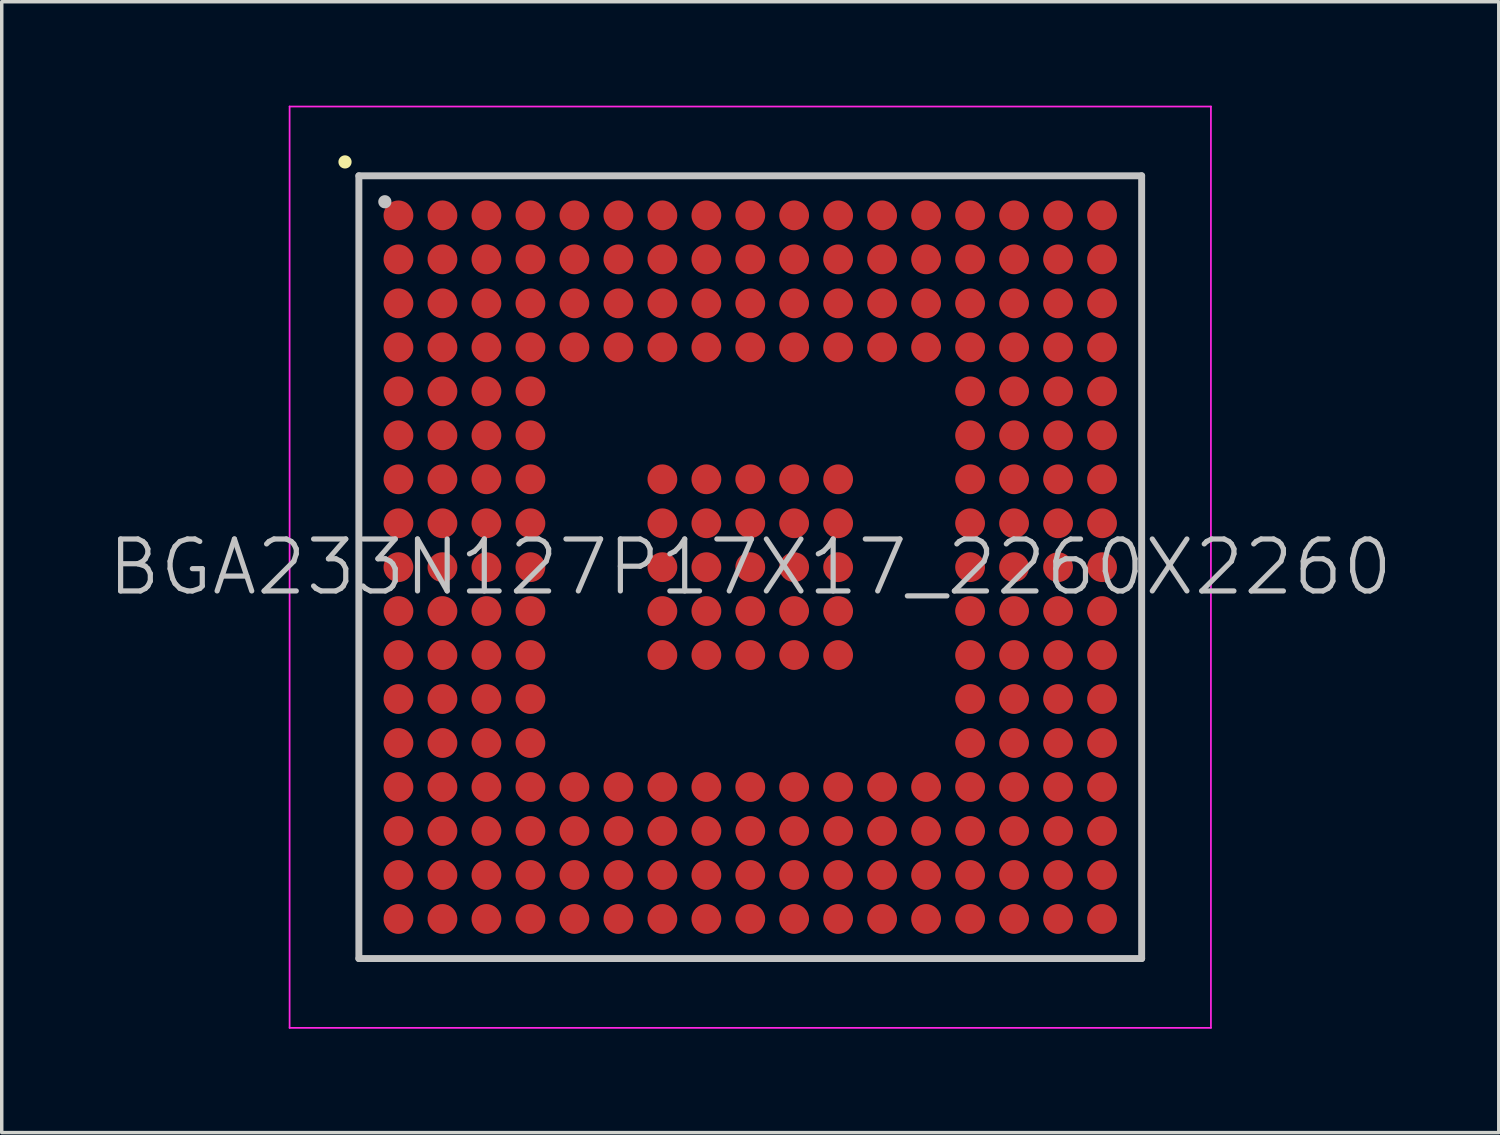
<source format=kicad_pcb>
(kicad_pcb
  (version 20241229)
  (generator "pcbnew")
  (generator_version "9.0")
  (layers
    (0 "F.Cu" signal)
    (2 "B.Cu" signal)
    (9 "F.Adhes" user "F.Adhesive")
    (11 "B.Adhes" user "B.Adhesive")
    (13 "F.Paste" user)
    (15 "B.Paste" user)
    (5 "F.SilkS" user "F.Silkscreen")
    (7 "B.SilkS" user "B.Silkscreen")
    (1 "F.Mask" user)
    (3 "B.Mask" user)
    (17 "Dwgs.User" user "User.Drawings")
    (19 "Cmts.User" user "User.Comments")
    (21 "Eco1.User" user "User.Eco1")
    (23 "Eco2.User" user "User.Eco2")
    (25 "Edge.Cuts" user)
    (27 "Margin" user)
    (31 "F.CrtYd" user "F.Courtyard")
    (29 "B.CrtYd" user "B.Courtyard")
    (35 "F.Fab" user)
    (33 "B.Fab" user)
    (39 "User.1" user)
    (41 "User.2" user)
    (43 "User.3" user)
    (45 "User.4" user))
  (footprint "BGA233N127P17X17_2260X2260"
    (layer "F.Cu")
    (at 18.611 13.325)
    (property "Reference" "BGA233N127P17X17_2260X2260" (at 0 0 0) (layer "Dwgs.User") (effects (font (size 1.5 1.5) (thickness 0.15))))
    (attr smd)
    (fp_line (start -11.7 -11.7) (end -11.7 -11.7) (stroke (width 0.381) (type solid)) (layer "F.SilkS"))
    (fp_line (start -11.3 -11.3) (end -11.3 11.3) (stroke (width 0.2) (type solid)) (layer "Dwgs.User"))
    (fp_line (start -11.3 -11.3) (end 11.3 -11.3) (stroke (width 0.2) (type solid)) (layer "Dwgs.User"))
    (fp_line (start -11.3 11.3) (end 11.3 11.3) (stroke (width 0.2) (type solid)) (layer "Dwgs.User"))
    (fp_line (start -10.55 -10.55) (end -10.55 -10.55) (stroke (width 0.381) (type solid)) (layer "Dwgs.User"))
    (fp_line (start 11.3 -11.3) (end 11.3 11.3) (stroke (width 0.2) (type solid)) (layer "Dwgs.User"))
    (fp_line (start -13.3 -13.3) (end -13.3 13.3) (stroke (width 0.05) (type solid)) (layer "F.CrtYd"))
    (fp_line (start -13.3 -13.3) (end 13.3 -13.3) (stroke (width 0.05) (type solid)) (layer "F.CrtYd"))
    (fp_line (start -13.3 13.3) (end 13.3 13.3) (stroke (width 0.05) (type solid)) (layer "F.CrtYd"))
    (fp_line (start 13.3 -13.3) (end 13.3 13.3) (stroke (width 0.05) (type solid)) (layer "F.CrtYd"))
    (pad "A1" smd circle (at -10.157 -10.157 270) (size 0.86 0.86) (layers "F.Cu" "F.Mask" "F.Paste"))
    (pad "A2" smd circle (at -8.887 -10.157 270) (size 0.86 0.86) (layers "F.Cu" "F.Mask" "F.Paste"))
    (pad "A3" smd circle (at -7.617 -10.157 270) (size 0.86 0.86) (layers "F.Cu" "F.Mask" "F.Paste"))
    (pad "A4" smd circle (at -6.347 -10.157 270) (size 0.86 0.86) (layers "F.Cu" "F.Mask" "F.Paste"))
    (pad "A5" smd circle (at -5.077 -10.157 270) (size 0.86 0.86) (layers "F.Cu" "F.Mask" "F.Paste"))
    (pad "A6" smd circle (at -3.807 -10.157 270) (size 0.86 0.86) (layers "F.Cu" "F.Mask" "F.Paste"))
    (pad "A7" smd circle (at -2.537 -10.157 270) (size 0.86 0.86) (layers "F.Cu" "F.Mask" "F.Paste"))
    (pad "A8" smd circle (at -1.267 -10.157 270) (size 0.86 0.86) (layers "F.Cu" "F.Mask" "F.Paste"))
    (pad "A9" smd circle (at 0 -10.157 270) (size 0.86 0.86) (layers "F.Cu" "F.Mask" "F.Paste"))
    (pad "A10" smd circle (at 1.267 -10.157 270) (size 0.86 0.86) (layers "F.Cu" "F.Mask" "F.Paste"))
    (pad "A11" smd circle (at 2.537 -10.157 270) (size 0.86 0.86) (layers "F.Cu" "F.Mask" "F.Paste"))
    (pad "A12" smd circle (at 3.807 -10.157 270) (size 0.86 0.86) (layers "F.Cu" "F.Mask" "F.Paste"))
    (pad "A13" smd circle (at 5.077 -10.157 270) (size 0.86 0.86) (layers "F.Cu" "F.Mask" "F.Paste"))
    (pad "A14" smd circle (at 6.347 -10.157 270) (size 0.86 0.86) (layers "F.Cu" "F.Mask" "F.Paste"))
    (pad "A15" smd circle (at 7.617 -10.157 270) (size 0.86 0.86) (layers "F.Cu" "F.Mask" "F.Paste"))
    (pad "A16" smd circle (at 8.887 -10.157 270) (size 0.86 0.86) (layers "F.Cu" "F.Mask" "F.Paste"))
    (pad "A17" smd circle (at 10.157 -10.157 270) (size 0.86 0.86) (layers "F.Cu" "F.Mask" "F.Paste"))
    (pad "B1" smd circle (at -10.157 -8.887 270) (size 0.86 0.86) (layers "F.Cu" "F.Mask" "F.Paste"))
    (pad "B2" smd circle (at -8.887 -8.887 270) (size 0.86 0.86) (layers "F.Cu" "F.Mask" "F.Paste"))
    (pad "B3" smd circle (at -7.617 -8.887 270) (size 0.86 0.86) (layers "F.Cu" "F.Mask" "F.Paste"))
    (pad "B4" smd circle (at -6.347 -8.887 270) (size 0.86 0.86) (layers "F.Cu" "F.Mask" "F.Paste"))
    (pad "B5" smd circle (at -5.077 -8.887 270) (size 0.86 0.86) (layers "F.Cu" "F.Mask" "F.Paste"))
    (pad "B6" smd circle (at -3.807 -8.887 270) (size 0.86 0.86) (layers "F.Cu" "F.Mask" "F.Paste"))
    (pad "B7" smd circle (at -2.537 -8.887 270) (size 0.86 0.86) (layers "F.Cu" "F.Mask" "F.Paste"))
    (pad "B8" smd circle (at -1.267 -8.887 270) (size 0.86 0.86) (layers "F.Cu" "F.Mask" "F.Paste"))
    (pad "B9" smd circle (at 0 -8.887 270) (size 0.86 0.86) (layers "F.Cu" "F.Mask" "F.Paste"))
    (pad "B10" smd circle (at 1.267 -8.887 270) (size 0.86 0.86) (layers "F.Cu" "F.Mask" "F.Paste"))
    (pad "B11" smd circle (at 2.537 -8.887 270) (size 0.86 0.86) (layers "F.Cu" "F.Mask" "F.Paste"))
    (pad "B12" smd circle (at 3.807 -8.887 270) (size 0.86 0.86) (layers "F.Cu" "F.Mask" "F.Paste"))
    (pad "B13" smd circle (at 5.077 -8.887 270) (size 0.86 0.86) (layers "F.Cu" "F.Mask" "F.Paste"))
    (pad "B14" smd circle (at 6.347 -8.887 270) (size 0.86 0.86) (layers "F.Cu" "F.Mask" "F.Paste"))
    (pad "B15" smd circle (at 7.617 -8.887 270) (size 0.86 0.86) (layers "F.Cu" "F.Mask" "F.Paste"))
    (pad "B16" smd circle (at 8.887 -8.887 270) (size 0.86 0.86) (layers "F.Cu" "F.Mask" "F.Paste"))
    (pad "B17" smd circle (at 10.157 -8.887 270) (size 0.86 0.86) (layers "F.Cu" "F.Mask" "F.Paste"))
    (pad "C1" smd circle (at -10.157 -7.617 270) (size 0.86 0.86) (layers "F.Cu" "F.Mask" "F.Paste"))
    (pad "C2" smd circle (at -8.887 -7.617 270) (size 0.86 0.86) (layers "F.Cu" "F.Mask" "F.Paste"))
    (pad "C3" smd circle (at -7.617 -7.617 270) (size 0.86 0.86) (layers "F.Cu" "F.Mask" "F.Paste"))
    (pad "C4" smd circle (at -6.347 -7.617 270) (size 0.86 0.86) (layers "F.Cu" "F.Mask" "F.Paste"))
    (pad "C5" smd circle (at -5.077 -7.617 270) (size 0.86 0.86) (layers "F.Cu" "F.Mask" "F.Paste"))
    (pad "C6" smd circle (at -3.807 -7.617 270) (size 0.86 0.86) (layers "F.Cu" "F.Mask" "F.Paste"))
    (pad "C7" smd circle (at -2.537 -7.617 270) (size 0.86 0.86) (layers "F.Cu" "F.Mask" "F.Paste"))
    (pad "C8" smd circle (at -1.267 -7.617 270) (size 0.86 0.86) (layers "F.Cu" "F.Mask" "F.Paste"))
    (pad "C9" smd circle (at 0 -7.617 270) (size 0.86 0.86) (layers "F.Cu" "F.Mask" "F.Paste"))
    (pad "C10" smd circle (at 1.267 -7.617 270) (size 0.86 0.86) (layers "F.Cu" "F.Mask" "F.Paste"))
    (pad "C11" smd circle (at 2.537 -7.617 270) (size 0.86 0.86) (layers "F.Cu" "F.Mask" "F.Paste"))
    (pad "C12" smd circle (at 3.807 -7.617 270) (size 0.86 0.86) (layers "F.Cu" "F.Mask" "F.Paste"))
    (pad "C13" smd circle (at 5.077 -7.617 270) (size 0.86 0.86) (layers "F.Cu" "F.Mask" "F.Paste"))
    (pad "C14" smd circle (at 6.347 -7.617 270) (size 0.86 0.86) (layers "F.Cu" "F.Mask" "F.Paste"))
    (pad "C15" smd circle (at 7.617 -7.617 270) (size 0.86 0.86) (layers "F.Cu" "F.Mask" "F.Paste"))
    (pad "C16" smd circle (at 8.887 -7.617 270) (size 0.86 0.86) (layers "F.Cu" "F.Mask" "F.Paste"))
    (pad "C17" smd circle (at 10.157 -7.617 270) (size 0.86 0.86) (layers "F.Cu" "F.Mask" "F.Paste"))
    (pad "D1" smd circle (at -10.157 -6.347 270) (size 0.86 0.86) (layers "F.Cu" "F.Mask" "F.Paste"))
    (pad "D2" smd circle (at -8.887 -6.347 270) (size 0.86 0.86) (layers "F.Cu" "F.Mask" "F.Paste"))
    (pad "D3" smd circle (at -7.617 -6.347 270) (size 0.86 0.86) (layers "F.Cu" "F.Mask" "F.Paste"))
    (pad "D4" smd circle (at -6.347 -6.347 270) (size 0.86 0.86) (layers "F.Cu" "F.Mask" "F.Paste"))
    (pad "D5" smd circle (at -5.077 -6.347 270) (size 0.86 0.86) (layers "F.Cu" "F.Mask" "F.Paste"))
    (pad "D6" smd circle (at -3.807 -6.347 270) (size 0.86 0.86) (layers "F.Cu" "F.Mask" "F.Paste"))
    (pad "D7" smd circle (at -2.537 -6.347 270) (size 0.86 0.86) (layers "F.Cu" "F.Mask" "F.Paste"))
    (pad "D8" smd circle (at -1.267 -6.347 270) (size 0.86 0.86) (layers "F.Cu" "F.Mask" "F.Paste"))
    (pad "D9" smd circle (at 0 -6.347 270) (size 0.86 0.86) (layers "F.Cu" "F.Mask" "F.Paste"))
    (pad "D10" smd circle (at 1.267 -6.347 270) (size 0.86 0.86) (layers "F.Cu" "F.Mask" "F.Paste"))
    (pad "D11" smd circle (at 2.537 -6.347 270) (size 0.86 0.86) (layers "F.Cu" "F.Mask" "F.Paste"))
    (pad "D12" smd circle (at 3.807 -6.347 270) (size 0.86 0.86) (layers "F.Cu" "F.Mask" "F.Paste"))
    (pad "D13" smd circle (at 5.077 -6.347 270) (size 0.86 0.86) (layers "F.Cu" "F.Mask" "F.Paste"))
    (pad "D14" smd circle (at 6.347 -6.347 270) (size 0.86 0.86) (layers "F.Cu" "F.Mask" "F.Paste"))
    (pad "D15" smd circle (at 7.617 -6.347 270) (size 0.86 0.86) (layers "F.Cu" "F.Mask" "F.Paste"))
    (pad "D16" smd circle (at 8.887 -6.347 270) (size 0.86 0.86) (layers "F.Cu" "F.Mask" "F.Paste"))
    (pad "D17" smd circle (at 10.157 -6.347 270) (size 0.86 0.86) (layers "F.Cu" "F.Mask" "F.Paste"))
    (pad "E1" smd circle (at -10.157 -5.077 270) (size 0.86 0.86) (layers "F.Cu" "F.Mask" "F.Paste"))
    (pad "E2" smd circle (at -8.887 -5.077 270) (size 0.86 0.86) (layers "F.Cu" "F.Mask" "F.Paste"))
    (pad "E3" smd circle (at -7.617 -5.077 270) (size 0.86 0.86) (layers "F.Cu" "F.Mask" "F.Paste"))
    (pad "E4" smd circle (at -6.347 -5.077 270) (size 0.86 0.86) (layers "F.Cu" "F.Mask" "F.Paste"))
    (pad "E14" smd circle (at 6.347 -5.077 270) (size 0.86 0.86) (layers "F.Cu" "F.Mask" "F.Paste"))
    (pad "E15" smd circle (at 7.617 -5.077 270) (size 0.86 0.86) (layers "F.Cu" "F.Mask" "F.Paste"))
    (pad "E16" smd circle (at 8.887 -5.077 270) (size 0.86 0.86) (layers "F.Cu" "F.Mask" "F.Paste"))
    (pad "E17" smd circle (at 10.157 -5.077 270) (size 0.86 0.86) (layers "F.Cu" "F.Mask" "F.Paste"))
    (pad "F1" smd circle (at -10.157 -3.807 270) (size 0.86 0.86) (layers "F.Cu" "F.Mask" "F.Paste"))
    (pad "F2" smd circle (at -8.887 -3.807 270) (size 0.86 0.86) (layers "F.Cu" "F.Mask" "F.Paste"))
    (pad "F3" smd circle (at -7.617 -3.807 270) (size 0.86 0.86) (layers "F.Cu" "F.Mask" "F.Paste"))
    (pad "F4" smd circle (at -6.347 -3.807 270) (size 0.86 0.86) (layers "F.Cu" "F.Mask" "F.Paste"))
    (pad "F14" smd circle (at 6.347 -3.807 270) (size 0.86 0.86) (layers "F.Cu" "F.Mask" "F.Paste"))
    (pad "F15" smd circle (at 7.617 -3.807 270) (size 0.86 0.86) (layers "F.Cu" "F.Mask" "F.Paste"))
    (pad "F16" smd circle (at 8.887 -3.807 270) (size 0.86 0.86) (layers "F.Cu" "F.Mask" "F.Paste"))
    (pad "F17" smd circle (at 10.157 -3.807 270) (size 0.86 0.86) (layers "F.Cu" "F.Mask" "F.Paste"))
    (pad "G1" smd circle (at -10.157 -2.537 270) (size 0.86 0.86) (layers "F.Cu" "F.Mask" "F.Paste"))
    (pad "G2" smd circle (at -8.887 -2.537 270) (size 0.86 0.86) (layers "F.Cu" "F.Mask" "F.Paste"))
    (pad "G3" smd circle (at -7.617 -2.537 270) (size 0.86 0.86) (layers "F.Cu" "F.Mask" "F.Paste"))
    (pad "G4" smd circle (at -6.347 -2.537 270) (size 0.86 0.86) (layers "F.Cu" "F.Mask" "F.Paste"))
    (pad "G7" smd circle (at -2.537 -2.537 270) (size 0.86 0.86) (layers "F.Cu" "F.Mask" "F.Paste"))
    (pad "G8" smd circle (at -1.267 -2.537 270) (size 0.86 0.86) (layers "F.Cu" "F.Mask" "F.Paste"))
    (pad "G9" smd circle (at 0 -2.537 270) (size 0.86 0.86) (layers "F.Cu" "F.Mask" "F.Paste"))
    (pad "G10" smd circle (at 1.267 -2.537 270) (size 0.86 0.86) (layers "F.Cu" "F.Mask" "F.Paste"))
    (pad "G11" smd circle (at 2.537 -2.537 270) (size 0.86 0.86) (layers "F.Cu" "F.Mask" "F.Paste"))
    (pad "G14" smd circle (at 6.347 -2.537 270) (size 0.86 0.86) (layers "F.Cu" "F.Mask" "F.Paste"))
    (pad "G15" smd circle (at 7.617 -2.537 270) (size 0.86 0.86) (layers "F.Cu" "F.Mask" "F.Paste"))
    (pad "G16" smd circle (at 8.887 -2.537 270) (size 0.86 0.86) (layers "F.Cu" "F.Mask" "F.Paste"))
    (pad "G17" smd circle (at 10.157 -2.537 270) (size 0.86 0.86) (layers "F.Cu" "F.Mask" "F.Paste"))
    (pad "H1" smd circle (at -10.157 -1.267 270) (size 0.86 0.86) (layers "F.Cu" "F.Mask" "F.Paste"))
    (pad "H2" smd circle (at -8.887 -1.267 270) (size 0.86 0.86) (layers "F.Cu" "F.Mask" "F.Paste"))
    (pad "H3" smd circle (at -7.617 -1.267 270) (size 0.86 0.86) (layers "F.Cu" "F.Mask" "F.Paste"))
    (pad "H4" smd circle (at -6.347 -1.267 270) (size 0.86 0.86) (layers "F.Cu" "F.Mask" "F.Paste"))
    (pad "H7" smd circle (at -2.537 -1.267 270) (size 0.86 0.86) (layers "F.Cu" "F.Mask" "F.Paste"))
    (pad "H8" smd circle (at -1.267 -1.267 270) (size 0.86 0.86) (layers "F.Cu" "F.Mask" "F.Paste"))
    (pad "H9" smd circle (at 0 -1.267 270) (size 0.86 0.86) (layers "F.Cu" "F.Mask" "F.Paste"))
    (pad "H10" smd circle (at 1.267 -1.267 270) (size 0.86 0.86) (layers "F.Cu" "F.Mask" "F.Paste"))
    (pad "H11" smd circle (at 2.537 -1.267 270) (size 0.86 0.86) (layers "F.Cu" "F.Mask" "F.Paste"))
    (pad "H14" smd circle (at 6.347 -1.267 270) (size 0.86 0.86) (layers "F.Cu" "F.Mask" "F.Paste"))
    (pad "H15" smd circle (at 7.617 -1.267 270) (size 0.86 0.86) (layers "F.Cu" "F.Mask" "F.Paste"))
    (pad "H16" smd circle (at 8.887 -1.267 270) (size 0.86 0.86) (layers "F.Cu" "F.Mask" "F.Paste"))
    (pad "H17" smd circle (at 10.157 -1.267 270) (size 0.86 0.86) (layers "F.Cu" "F.Mask" "F.Paste"))
    (pad "J1" smd circle (at -10.157 0 270) (size 0.86 0.86) (layers "F.Cu" "F.Mask" "F.Paste"))
    (pad "J2" smd circle (at -8.887 0 270) (size 0.86 0.86) (layers "F.Cu" "F.Mask" "F.Paste"))
    (pad "J3" smd circle (at -7.617 0 270) (size 0.86 0.86) (layers "F.Cu" "F.Mask" "F.Paste"))
    (pad "J4" smd circle (at -6.347 0 270) (size 0.86 0.86) (layers "F.Cu" "F.Mask" "F.Paste"))
    (pad "J7" smd circle (at -2.537 0 270) (size 0.86 0.86) (layers "F.Cu" "F.Mask" "F.Paste"))
    (pad "J8" smd circle (at -1.267 0 270) (size 0.86 0.86) (layers "F.Cu" "F.Mask" "F.Paste"))
    (pad "J9" smd circle (at 0 0 270) (size 0.86 0.86) (layers "F.Cu" "F.Mask" "F.Paste"))
    (pad "J10" smd circle (at 1.267 0 270) (size 0.86 0.86) (layers "F.Cu" "F.Mask" "F.Paste"))
    (pad "J11" smd circle (at 2.537 0 270) (size 0.86 0.86) (layers "F.Cu" "F.Mask" "F.Paste"))
    (pad "J14" smd circle (at 6.347 0 270) (size 0.86 0.86) (layers "F.Cu" "F.Mask" "F.Paste"))
    (pad "J15" smd circle (at 7.617 0 270) (size 0.86 0.86) (layers "F.Cu" "F.Mask" "F.Paste"))
    (pad "J16" smd circle (at 8.887 0 270) (size 0.86 0.86) (layers "F.Cu" "F.Mask" "F.Paste"))
    (pad "J17" smd circle (at 10.157 0 270) (size 0.86 0.86) (layers "F.Cu" "F.Mask" "F.Paste"))
    (pad "K1" smd circle (at -10.157 1.267 270) (size 0.86 0.86) (layers "F.Cu" "F.Mask" "F.Paste"))
    (pad "K2" smd circle (at -8.887 1.267 270) (size 0.86 0.86) (layers "F.Cu" "F.Mask" "F.Paste"))
    (pad "K3" smd circle (at -7.617 1.267 270) (size 0.86 0.86) (layers "F.Cu" "F.Mask" "F.Paste"))
    (pad "K4" smd circle (at -6.347 1.267 270) (size 0.86 0.86) (layers "F.Cu" "F.Mask" "F.Paste"))
    (pad "K7" smd circle (at -2.537 1.267 270) (size 0.86 0.86) (layers "F.Cu" "F.Mask" "F.Paste"))
    (pad "K8" smd circle (at -1.267 1.267 270) (size 0.86 0.86) (layers "F.Cu" "F.Mask" "F.Paste"))
    (pad "K9" smd circle (at 0 1.267 270) (size 0.86 0.86) (layers "F.Cu" "F.Mask" "F.Paste"))
    (pad "K10" smd circle (at 1.267 1.267 270) (size 0.86 0.86) (layers "F.Cu" "F.Mask" "F.Paste"))
    (pad "K11" smd circle (at 2.537 1.267 270) (size 0.86 0.86) (layers "F.Cu" "F.Mask" "F.Paste"))
    (pad "K14" smd circle (at 6.347 1.267 270) (size 0.86 0.86) (layers "F.Cu" "F.Mask" "F.Paste"))
    (pad "K15" smd circle (at 7.617 1.267 270) (size 0.86 0.86) (layers "F.Cu" "F.Mask" "F.Paste"))
    (pad "K16" smd circle (at 8.887 1.267 270) (size 0.86 0.86) (layers "F.Cu" "F.Mask" "F.Paste"))
    (pad "K17" smd circle (at 10.157 1.267 270) (size 0.86 0.86) (layers "F.Cu" "F.Mask" "F.Paste"))
    (pad "L1" smd circle (at -10.157 2.537 270) (size 0.86 0.86) (layers "F.Cu" "F.Mask" "F.Paste"))
    (pad "L2" smd circle (at -8.887 2.537 270) (size 0.86 0.86) (layers "F.Cu" "F.Mask" "F.Paste"))
    (pad "L3" smd circle (at -7.617 2.537 270) (size 0.86 0.86) (layers "F.Cu" "F.Mask" "F.Paste"))
    (pad "L4" smd circle (at -6.347 2.537 270) (size 0.86 0.86) (layers "F.Cu" "F.Mask" "F.Paste"))
    (pad "L7" smd circle (at -2.537 2.537 270) (size 0.86 0.86) (layers "F.Cu" "F.Mask" "F.Paste"))
    (pad "L8" smd circle (at -1.267 2.537 270) (size 0.86 0.86) (layers "F.Cu" "F.Mask" "F.Paste"))
    (pad "L9" smd circle (at 0 2.537 270) (size 0.86 0.86) (layers "F.Cu" "F.Mask" "F.Paste"))
    (pad "L10" smd circle (at 1.267 2.537 270) (size 0.86 0.86) (layers "F.Cu" "F.Mask" "F.Paste"))
    (pad "L11" smd circle (at 2.537 2.537 270) (size 0.86 0.86) (layers "F.Cu" "F.Mask" "F.Paste"))
    (pad "L14" smd circle (at 6.347 2.537 270) (size 0.86 0.86) (layers "F.Cu" "F.Mask" "F.Paste"))
    (pad "L15" smd circle (at 7.617 2.537 270) (size 0.86 0.86) (layers "F.Cu" "F.Mask" "F.Paste"))
    (pad "L16" smd circle (at 8.887 2.537 270) (size 0.86 0.86) (layers "F.Cu" "F.Mask" "F.Paste"))
    (pad "L17" smd circle (at 10.157 2.537 270) (size 0.86 0.86) (layers "F.Cu" "F.Mask" "F.Paste"))
    (pad "M1" smd circle (at -10.157 3.807 270) (size 0.86 0.86) (layers "F.Cu" "F.Mask" "F.Paste"))
    (pad "M2" smd circle (at -8.887 3.807 270) (size 0.86 0.86) (layers "F.Cu" "F.Mask" "F.Paste"))
    (pad "M3" smd circle (at -7.617 3.807 270) (size 0.86 0.86) (layers "F.Cu" "F.Mask" "F.Paste"))
    (pad "M4" smd circle (at -6.347 3.807 270) (size 0.86 0.86) (layers "F.Cu" "F.Mask" "F.Paste"))
    (pad "M14" smd circle (at 6.347 3.807 270) (size 0.86 0.86) (layers "F.Cu" "F.Mask" "F.Paste"))
    (pad "M15" smd circle (at 7.617 3.807 270) (size 0.86 0.86) (layers "F.Cu" "F.Mask" "F.Paste"))
    (pad "M16" smd circle (at 8.887 3.807 270) (size 0.86 0.86) (layers "F.Cu" "F.Mask" "F.Paste"))
    (pad "M17" smd circle (at 10.157 3.807 270) (size 0.86 0.86) (layers "F.Cu" "F.Mask" "F.Paste"))
    (pad "N1" smd circle (at -10.157 5.077 270) (size 0.86 0.86) (layers "F.Cu" "F.Mask" "F.Paste"))
    (pad "N2" smd circle (at -8.887 5.077 270) (size 0.86 0.86) (layers "F.Cu" "F.Mask" "F.Paste"))
    (pad "N3" smd circle (at -7.617 5.077 270) (size 0.86 0.86) (layers "F.Cu" "F.Mask" "F.Paste"))
    (pad "N4" smd circle (at -6.347 5.077 270) (size 0.86 0.86) (layers "F.Cu" "F.Mask" "F.Paste"))
    (pad "N14" smd circle (at 6.347 5.077 270) (size 0.86 0.86) (layers "F.Cu" "F.Mask" "F.Paste"))
    (pad "N15" smd circle (at 7.617 5.077 270) (size 0.86 0.86) (layers "F.Cu" "F.Mask" "F.Paste"))
    (pad "N16" smd circle (at 8.887 5.077 270) (size 0.86 0.86) (layers "F.Cu" "F.Mask" "F.Paste"))
    (pad "N17" smd circle (at 10.157 5.077 270) (size 0.86 0.86) (layers "F.Cu" "F.Mask" "F.Paste"))
    (pad "P1" smd circle (at -10.157 6.347 270) (size 0.86 0.86) (layers "F.Cu" "F.Mask" "F.Paste"))
    (pad "P2" smd circle (at -8.887 6.347 270) (size 0.86 0.86) (layers "F.Cu" "F.Mask" "F.Paste"))
    (pad "P3" smd circle (at -7.617 6.347 270) (size 0.86 0.86) (layers "F.Cu" "F.Mask" "F.Paste"))
    (pad "P4" smd circle (at -6.347 6.347 270) (size 0.86 0.86) (layers "F.Cu" "F.Mask" "F.Paste"))
    (pad "P5" smd circle (at -5.077 6.347 270) (size 0.86 0.86) (layers "F.Cu" "F.Mask" "F.Paste"))
    (pad "P6" smd circle (at -3.807 6.347 270) (size 0.86 0.86) (layers "F.Cu" "F.Mask" "F.Paste"))
    (pad "P7" smd circle (at -2.537 6.347 270) (size 0.86 0.86) (layers "F.Cu" "F.Mask" "F.Paste"))
    (pad "P8" smd circle (at -1.267 6.347 270) (size 0.86 0.86) (layers "F.Cu" "F.Mask" "F.Paste"))
    (pad "P9" smd circle (at 0 6.347 270) (size 0.86 0.86) (layers "F.Cu" "F.Mask" "F.Paste"))
    (pad "P10" smd circle (at 1.267 6.347 270) (size 0.86 0.86) (layers "F.Cu" "F.Mask" "F.Paste"))
    (pad "P11" smd circle (at 2.537 6.347 270) (size 0.86 0.86) (layers "F.Cu" "F.Mask" "F.Paste"))
    (pad "P12" smd circle (at 3.807 6.347 270) (size 0.86 0.86) (layers "F.Cu" "F.Mask" "F.Paste"))
    (pad "P13" smd circle (at 5.077 6.347 270) (size 0.86 0.86) (layers "F.Cu" "F.Mask" "F.Paste"))
    (pad "P14" smd circle (at 6.347 6.347 270) (size 0.86 0.86) (layers "F.Cu" "F.Mask" "F.Paste"))
    (pad "P15" smd circle (at 7.617 6.347 270) (size 0.86 0.86) (layers "F.Cu" "F.Mask" "F.Paste"))
    (pad "P16" smd circle (at 8.887 6.347 270) (size 0.86 0.86) (layers "F.Cu" "F.Mask" "F.Paste"))
    (pad "P17" smd circle (at 10.157 6.347 270) (size 0.86 0.86) (layers "F.Cu" "F.Mask" "F.Paste"))
    (pad "R1" smd circle (at -10.157 7.617 270) (size 0.86 0.86) (layers "F.Cu" "F.Mask" "F.Paste"))
    (pad "R2" smd circle (at -8.887 7.617 270) (size 0.86 0.86) (layers "F.Cu" "F.Mask" "F.Paste"))
    (pad "R3" smd circle (at -7.617 7.617 270) (size 0.86 0.86) (layers "F.Cu" "F.Mask" "F.Paste"))
    (pad "R4" smd circle (at -6.347 7.617 270) (size 0.86 0.86) (layers "F.Cu" "F.Mask" "F.Paste"))
    (pad "R5" smd circle (at -5.077 7.617 270) (size 0.86 0.86) (layers "F.Cu" "F.Mask" "F.Paste"))
    (pad "R6" smd circle (at -3.807 7.617 270) (size 0.86 0.86) (layers "F.Cu" "F.Mask" "F.Paste"))
    (pad "R7" smd circle (at -2.537 7.617 270) (size 0.86 0.86) (layers "F.Cu" "F.Mask" "F.Paste"))
    (pad "R8" smd circle (at -1.267 7.617 270) (size 0.86 0.86) (layers "F.Cu" "F.Mask" "F.Paste"))
    (pad "R9" smd circle (at 0 7.617 270) (size 0.86 0.86) (layers "F.Cu" "F.Mask" "F.Paste"))
    (pad "R10" smd circle (at 1.267 7.617 270) (size 0.86 0.86) (layers "F.Cu" "F.Mask" "F.Paste"))
    (pad "R11" smd circle (at 2.537 7.617 270) (size 0.86 0.86) (layers "F.Cu" "F.Mask" "F.Paste"))
    (pad "R12" smd circle (at 3.807 7.617 270) (size 0.86 0.86) (layers "F.Cu" "F.Mask" "F.Paste"))
    (pad "R13" smd circle (at 5.077 7.617 270) (size 0.86 0.86) (layers "F.Cu" "F.Mask" "F.Paste"))
    (pad "R14" smd circle (at 6.347 7.617 270) (size 0.86 0.86) (layers "F.Cu" "F.Mask" "F.Paste"))
    (pad "R15" smd circle (at 7.617 7.617 270) (size 0.86 0.86) (layers "F.Cu" "F.Mask" "F.Paste"))
    (pad "R16" smd circle (at 8.887 7.617 270) (size 0.86 0.86) (layers "F.Cu" "F.Mask" "F.Paste"))
    (pad "R17" smd circle (at 10.157 7.617 270) (size 0.86 0.86) (layers "F.Cu" "F.Mask" "F.Paste"))
    (pad "T1" smd circle (at -10.157 8.887 270) (size 0.86 0.86) (layers "F.Cu" "F.Mask" "F.Paste"))
    (pad "T2" smd circle (at -8.887 8.887 270) (size 0.86 0.86) (layers "F.Cu" "F.Mask" "F.Paste"))
    (pad "T3" smd circle (at -7.617 8.887 270) (size 0.86 0.86) (layers "F.Cu" "F.Mask" "F.Paste"))
    (pad "T4" smd circle (at -6.347 8.887 270) (size 0.86 0.86) (layers "F.Cu" "F.Mask" "F.Paste"))
    (pad "T5" smd circle (at -5.077 8.887 270) (size 0.86 0.86) (layers "F.Cu" "F.Mask" "F.Paste"))
    (pad "T6" smd circle (at -3.807 8.887 270) (size 0.86 0.86) (layers "F.Cu" "F.Mask" "F.Paste"))
    (pad "T7" smd circle (at -2.537 8.887 270) (size 0.86 0.86) (layers "F.Cu" "F.Mask" "F.Paste"))
    (pad "T8" smd circle (at -1.267 8.887 270) (size 0.86 0.86) (layers "F.Cu" "F.Mask" "F.Paste"))
    (pad "T9" smd circle (at 0 8.887 270) (size 0.86 0.86) (layers "F.Cu" "F.Mask" "F.Paste"))
    (pad "T10" smd circle (at 1.267 8.887 270) (size 0.86 0.86) (layers "F.Cu" "F.Mask" "F.Paste"))
    (pad "T11" smd circle (at 2.537 8.887 270) (size 0.86 0.86) (layers "F.Cu" "F.Mask" "F.Paste"))
    (pad "T12" smd circle (at 3.807 8.887 270) (size 0.86 0.86) (layers "F.Cu" "F.Mask" "F.Paste"))
    (pad "T13" smd circle (at 5.077 8.887 270) (size 0.86 0.86) (layers "F.Cu" "F.Mask" "F.Paste"))
    (pad "T14" smd circle (at 6.347 8.887 270) (size 0.86 0.86) (layers "F.Cu" "F.Mask" "F.Paste"))
    (pad "T15" smd circle (at 7.617 8.887 270) (size 0.86 0.86) (layers "F.Cu" "F.Mask" "F.Paste"))
    (pad "T16" smd circle (at 8.887 8.887 270) (size 0.86 0.86) (layers "F.Cu" "F.Mask" "F.Paste"))
    (pad "T17" smd circle (at 10.157 8.887 270) (size 0.86 0.86) (layers "F.Cu" "F.Mask" "F.Paste"))
    (pad "U1" smd circle (at -10.157 10.157 270) (size 0.86 0.86) (layers "F.Cu" "F.Mask" "F.Paste"))
    (pad "U2" smd circle (at -8.887 10.157 270) (size 0.86 0.86) (layers "F.Cu" "F.Mask" "F.Paste"))
    (pad "U3" smd circle (at -7.617 10.157 270) (size 0.86 0.86) (layers "F.Cu" "F.Mask" "F.Paste"))
    (pad "U4" smd circle (at -6.347 10.157 270) (size 0.86 0.86) (layers "F.Cu" "F.Mask" "F.Paste"))
    (pad "U5" smd circle (at -5.077 10.157 270) (size 0.86 0.86) (layers "F.Cu" "F.Mask" "F.Paste"))
    (pad "U6" smd circle (at -3.807 10.157 270) (size 0.86 0.86) (layers "F.Cu" "F.Mask" "F.Paste"))
    (pad "U7" smd circle (at -2.537 10.157 270) (size 0.86 0.86) (layers "F.Cu" "F.Mask" "F.Paste"))
    (pad "U8" smd circle (at -1.267 10.157 270) (size 0.86 0.86) (layers "F.Cu" "F.Mask" "F.Paste"))
    (pad "U9" smd circle (at 0 10.157 270) (size 0.86 0.86) (layers "F.Cu" "F.Mask" "F.Paste"))
    (pad "U10" smd circle (at 1.267 10.157 270) (size 0.86 0.86) (layers "F.Cu" "F.Mask" "F.Paste"))
    (pad "U11" smd circle (at 2.537 10.157 270) (size 0.86 0.86) (layers "F.Cu" "F.Mask" "F.Paste"))
    (pad "U12" smd circle (at 3.807 10.157 270) (size 0.86 0.86) (layers "F.Cu" "F.Mask" "F.Paste"))
    (pad "U13" smd circle (at 5.077 10.157 270) (size 0.86 0.86) (layers "F.Cu" "F.Mask" "F.Paste"))
    (pad "U14" smd circle (at 6.347 10.157 270) (size 0.86 0.86) (layers "F.Cu" "F.Mask" "F.Paste"))
    (pad "U15" smd circle (at 7.617 10.157 270) (size 0.86 0.86) (layers "F.Cu" "F.Mask" "F.Paste"))
    (pad "U16" smd circle (at 8.887 10.157 270) (size 0.86 0.86) (layers "F.Cu" "F.Mask" "F.Paste"))
    (pad "U17" smd circle (at 10.157 10.157 270) (size 0.86 0.86) (layers "F.Cu" "F.Mask" "F.Paste")))
  (gr_rect
    (start -3 -3)
    (end 40.221 29.65)
    (stroke (width 0.1) (type default))
    (fill no)
    (layer "Edge.Cuts")))
</source>
